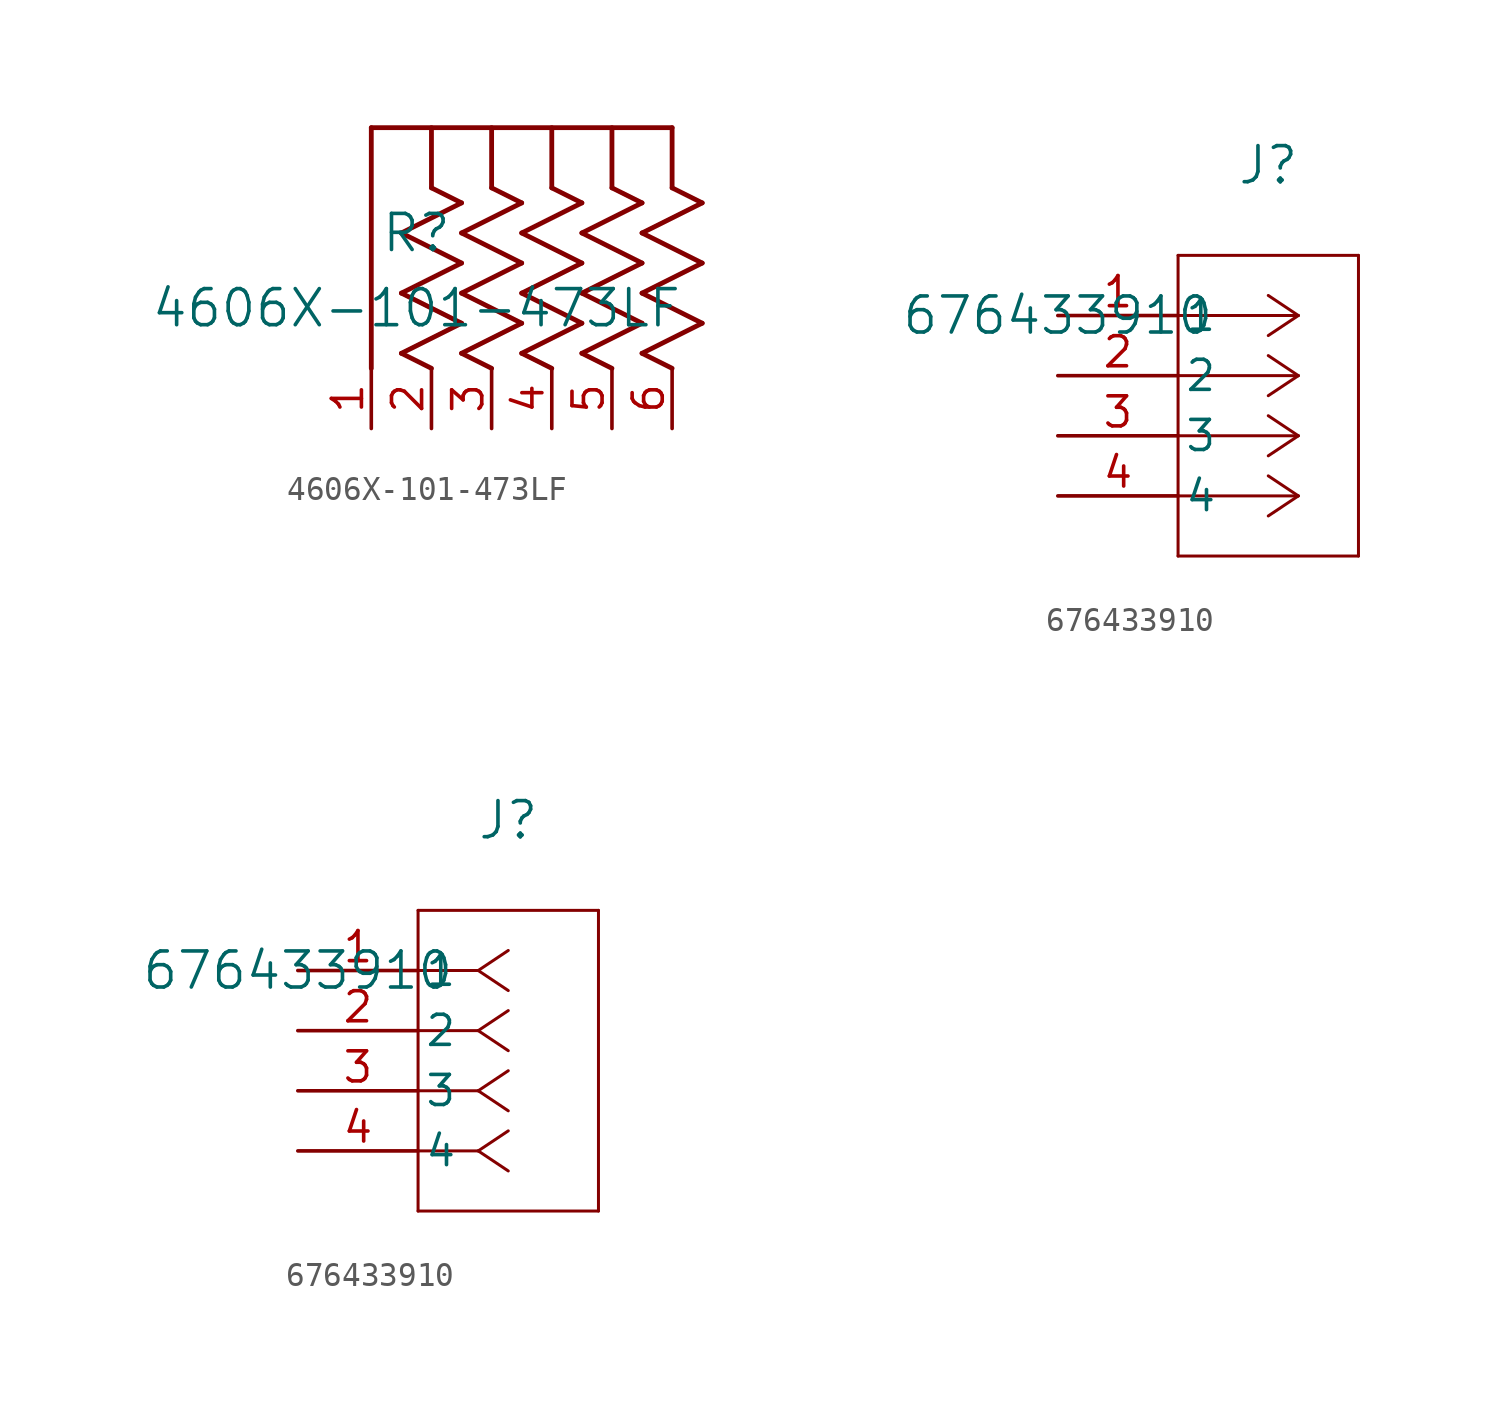
<source format=kicad_sym>
(kicad_symbol_lib
  (version 20231120)
  (generator "kicad_symbol_editor")
  (generator_version "8.0")
  (symbol "4606X-101-473LF"
    (pin_names
      (offset 0.254))
    (property "Reference" "R"
      (at 1.905 8.255 0)
      (effects (font (size 1.524 1.524))))
    (property "Value" "4606X-101-473LF"
      (at 1.905 5.08 0)
      (effects (font (size 1.524 1.524))))
    (property "ki_locked" ""
      (at 0 0 0)
      (effects (font (size 1.27 1.27))))
    (symbol "4606X-101-473LF_0_1"
      (polyline (pts (xy 0 2.54) (xy 0 12.7)) (stroke (width 0.203) (type default)) (fill (type none)))
      (polyline (pts (xy 0 12.7) (xy 12.7 12.7)) (stroke (width 0.203) (type default)) (fill (type none)))
      (polyline (pts (xy 1.27 3.175) (xy 2.54 2.54)) (stroke (width 0.203) (type default)) (fill (type none)))
      (polyline (pts (xy 1.27 5.715) (xy 3.81 4.445)) (stroke (width 0.203) (type default)) (fill (type none)))
      (polyline (pts (xy 1.27 8.255) (xy 3.81 6.985)) (stroke (width 0.203) (type default)) (fill (type none)))
      (polyline (pts (xy 2.54 10.16) (xy 3.81 9.525)) (stroke (width 0.203) (type default)) (fill (type none)))
      (polyline (pts (xy 2.54 12.7) (xy 2.54 10.16)) (stroke (width 0.203) (type default)) (fill (type none)))
      (polyline (pts (xy 3.81 3.175) (xy 5.08 2.54)) (stroke (width 0.203) (type default)) (fill (type none)))
      (polyline (pts (xy 3.81 4.445) (xy 1.27 3.175)) (stroke (width 0.203) (type default)) (fill (type none)))
      (polyline (pts (xy 3.81 5.715) (xy 6.35 4.445)) (stroke (width 0.203) (type default)) (fill (type none)))
      (polyline (pts (xy 3.81 6.985) (xy 1.27 5.715)) (stroke (width 0.203) (type default)) (fill (type none)))
      (polyline (pts (xy 3.81 8.255) (xy 6.35 6.985)) (stroke (width 0.203) (type default)) (fill (type none)))
      (polyline (pts (xy 3.81 9.525) (xy 1.27 8.255)) (stroke (width 0.203) (type default)) (fill (type none)))
      (polyline (pts (xy 5.08 10.16) (xy 6.35 9.525)) (stroke (width 0.203) (type default)) (fill (type none)))
      (polyline (pts (xy 5.08 12.7) (xy 5.08 10.16)) (stroke (width 0.203) (type default)) (fill (type none)))
      (polyline (pts (xy 6.35 3.175) (xy 7.62 2.54)) (stroke (width 0.203) (type default)) (fill (type none)))
      (polyline (pts (xy 6.35 4.445) (xy 3.81 3.175)) (stroke (width 0.203) (type default)) (fill (type none)))
      (polyline (pts (xy 6.35 5.715) (xy 8.89 4.445)) (stroke (width 0.203) (type default)) (fill (type none)))
      (polyline (pts (xy 6.35 6.985) (xy 3.81 5.715)) (stroke (width 0.203) (type default)) (fill (type none)))
      (polyline (pts (xy 6.35 8.255) (xy 8.89 6.985)) (stroke (width 0.203) (type default)) (fill (type none)))
      (polyline (pts (xy 6.35 9.525) (xy 3.81 8.255)) (stroke (width 0.203) (type default)) (fill (type none)))
      (polyline (pts (xy 7.62 10.16) (xy 8.89 9.525)) (stroke (width 0.203) (type default)) (fill (type none)))
      (polyline (pts (xy 7.62 12.7) (xy 7.62 10.16)) (stroke (width 0.203) (type default)) (fill (type none)))
      (polyline (pts (xy 8.89 3.175) (xy 10.16 2.54)) (stroke (width 0.203) (type default)) (fill (type none)))
      (polyline (pts (xy 8.89 4.445) (xy 6.35 3.175)) (stroke (width 0.203) (type default)) (fill (type none)))
      (polyline (pts (xy 8.89 5.715) (xy 11.43 4.445)) (stroke (width 0.203) (type default)) (fill (type none)))
      (polyline (pts (xy 8.89 6.985) (xy 6.35 5.715)) (stroke (width 0.203) (type default)) (fill (type none)))
      (polyline (pts (xy 8.89 8.255) (xy 11.43 6.985)) (stroke (width 0.203) (type default)) (fill (type none)))
      (polyline (pts (xy 8.89 9.525) (xy 6.35 8.255)) (stroke (width 0.203) (type default)) (fill (type none)))
      (polyline (pts (xy 10.16 10.16) (xy 11.43 9.525)) (stroke (width 0.203) (type default)) (fill (type none)))
      (polyline (pts (xy 10.16 12.7) (xy 10.16 10.16)) (stroke (width 0.203) (type default)) (fill (type none)))
      (polyline (pts (xy 11.43 3.175) (xy 12.7 2.54)) (stroke (width 0.203) (type default)) (fill (type none)))
      (polyline (pts (xy 11.43 4.445) (xy 8.89 3.175)) (stroke (width 0.203) (type default)) (fill (type none)))
      (polyline (pts (xy 11.43 5.715) (xy 13.97 4.445)) (stroke (width 0.203) (type default)) (fill (type none)))
      (polyline (pts (xy 11.43 6.985) (xy 8.89 5.715)) (stroke (width 0.203) (type default)) (fill (type none)))
      (polyline (pts (xy 11.43 8.255) (xy 13.97 6.985)) (stroke (width 0.203) (type default)) (fill (type none)))
      (polyline (pts (xy 11.43 9.525) (xy 8.89 8.255)) (stroke (width 0.203) (type default)) (fill (type none)))
      (polyline (pts (xy 12.7 10.16) (xy 13.97 9.525)) (stroke (width 0.203) (type default)) (fill (type none)))
      (polyline (pts (xy 12.7 12.7) (xy 12.7 10.16)) (stroke (width 0.203) (type default)) (fill (type none)))
      (polyline (pts (xy 13.97 4.445) (xy 11.43 3.175)) (stroke (width 0.203) (type default)) (fill (type none)))
      (polyline (pts (xy 13.97 6.985) (xy 11.43 5.715)) (stroke (width 0.203) (type default)) (fill (type none)))
      (polyline (pts (xy 13.97 9.525) (xy 11.43 8.255)) (stroke (width 0.203) (type default)) (fill (type none)))
      (pin unspecified line (at 0 0 90) (length 2.54) (name "" (effects (font (size 1.27 1.27)))) (number "1" (effects (font (size 1.27 1.27)))))
      (pin unspecified line (at 2.54 0 90) (length 2.54) (name "" (effects (font (size 1.27 1.27)))) (number "2" (effects (font (size 1.27 1.27)))))
      (pin unspecified line (at 5.08 0 90) (length 2.54) (name "" (effects (font (size 1.27 1.27)))) (number "3" (effects (font (size 1.27 1.27)))))
      (pin unspecified line (at 7.62 0 90) (length 2.54) (name "" (effects (font (size 1.27 1.27)))) (number "4" (effects (font (size 1.27 1.27)))))
      (pin unspecified line (at 10.16 0 90) (length 2.54) (name "" (effects (font (size 1.27 1.27)))) (number "5" (effects (font (size 1.27 1.27)))))
      (pin unspecified line (at 12.7 0 90) (length 2.54) (name "" (effects (font (size 1.27 1.27)))) (number "6" (effects (font (size 1.27 1.27)))))))
  (symbol "676433910"
    (pin_names
      (offset 0.254))
    (property "Reference" "J"
      (at 8.89 6.35 0)
      (effects (font (size 1.524 1.524))))
    (property "Value" "676433910"
      (at 0 0 0)
      (effects (font (size 1.524 1.524))))
    (property "ki_locked" ""
      (at 0 0 0)
      (effects (font (size 1.27 1.27))))
    (symbol "676433910_1_1"
      (polyline (pts (xy 5.08 -10.16) (xy 12.7 -10.16)) (stroke (width 0.127) (type default)) (fill (type none)))
      (polyline (pts (xy 5.08 2.54) (xy 5.08 -10.16)) (stroke (width 0.127) (type default)) (fill (type none)))
      (polyline (pts (xy 10.16 -7.62) (xy 5.08 -7.62)) (stroke (width 0.127) (type default)) (fill (type none)))
      (polyline (pts (xy 10.16 -7.62) (xy 8.89 -8.467)) (stroke (width 0.127) (type default)) (fill (type none)))
      (polyline (pts (xy 10.16 -7.62) (xy 8.89 -6.773)) (stroke (width 0.127) (type default)) (fill (type none)))
      (polyline (pts (xy 10.16 -5.08) (xy 5.08 -5.08)) (stroke (width 0.127) (type default)) (fill (type none)))
      (polyline (pts (xy 10.16 -5.08) (xy 8.89 -5.927)) (stroke (width 0.127) (type default)) (fill (type none)))
      (polyline (pts (xy 10.16 -5.08) (xy 8.89 -4.233)) (stroke (width 0.127) (type default)) (fill (type none)))
      (polyline (pts (xy 10.16 -2.54) (xy 5.08 -2.54)) (stroke (width 0.127) (type default)) (fill (type none)))
      (polyline (pts (xy 10.16 -2.54) (xy 8.89 -3.387)) (stroke (width 0.127) (type default)) (fill (type none)))
      (polyline (pts (xy 10.16 -2.54) (xy 8.89 -1.693)) (stroke (width 0.127) (type default)) (fill (type none)))
      (polyline (pts (xy 10.16 0) (xy 5.08 0)) (stroke (width 0.127) (type default)) (fill (type none)))
      (polyline (pts (xy 10.16 0) (xy 8.89 -0.847)) (stroke (width 0.127) (type default)) (fill (type none)))
      (polyline (pts (xy 10.16 0) (xy 8.89 0.847)) (stroke (width 0.127) (type default)) (fill (type none)))
      (polyline (pts (xy 12.7 -10.16) (xy 12.7 2.54)) (stroke (width 0.127) (type default)) (fill (type none)))
      (polyline (pts (xy 12.7 2.54) (xy 5.08 2.54)) (stroke (width 0.127) (type default)) (fill (type none)))
      (pin unspecified line (at 0 0 0) (length 5.08) (name "1" (effects (font (size 1.27 1.27)))) (number "1" (effects (font (size 1.27 1.27)))))
      (pin unspecified line (at 0 -2.54 0) (length 5.08) (name "2" (effects (font (size 1.27 1.27)))) (number "2" (effects (font (size 1.27 1.27)))))
      (pin unspecified line (at 0 -5.08 0) (length 5.08) (name "3" (effects (font (size 1.27 1.27)))) (number "3" (effects (font (size 1.27 1.27)))))
      (pin unspecified line (at 0 -7.62 0) (length 5.08) (name "4" (effects (font (size 1.27 1.27)))) (number "4" (effects (font (size 1.27 1.27))))))
    (symbol "676433910_1_2"
      (polyline (pts (xy 5.08 -10.16) (xy 12.7 -10.16)) (stroke (width 0.127) (type default)) (fill (type none)))
      (polyline (pts (xy 5.08 2.54) (xy 5.08 -10.16)) (stroke (width 0.127) (type default)) (fill (type none)))
      (polyline (pts (xy 7.62 -7.62) (xy 5.08 -7.62)) (stroke (width 0.127) (type default)) (fill (type none)))
      (polyline (pts (xy 7.62 -7.62) (xy 8.89 -8.467)) (stroke (width 0.127) (type default)) (fill (type none)))
      (polyline (pts (xy 7.62 -7.62) (xy 8.89 -6.773)) (stroke (width 0.127) (type default)) (fill (type none)))
      (polyline (pts (xy 7.62 -5.08) (xy 5.08 -5.08)) (stroke (width 0.127) (type default)) (fill (type none)))
      (polyline (pts (xy 7.62 -5.08) (xy 8.89 -5.927)) (stroke (width 0.127) (type default)) (fill (type none)))
      (polyline (pts (xy 7.62 -5.08) (xy 8.89 -4.233)) (stroke (width 0.127) (type default)) (fill (type none)))
      (polyline (pts (xy 7.62 -2.54) (xy 5.08 -2.54)) (stroke (width 0.127) (type default)) (fill (type none)))
      (polyline (pts (xy 7.62 -2.54) (xy 8.89 -3.387)) (stroke (width 0.127) (type default)) (fill (type none)))
      (polyline (pts (xy 7.62 -2.54) (xy 8.89 -1.693)) (stroke (width 0.127) (type default)) (fill (type none)))
      (polyline (pts (xy 7.62 0) (xy 5.08 0)) (stroke (width 0.127) (type default)) (fill (type none)))
      (polyline (pts (xy 7.62 0) (xy 8.89 -0.847)) (stroke (width 0.127) (type default)) (fill (type none)))
      (polyline (pts (xy 7.62 0) (xy 8.89 0.847)) (stroke (width 0.127) (type default)) (fill (type none)))
      (polyline (pts (xy 12.7 -10.16) (xy 12.7 2.54)) (stroke (width 0.127) (type default)) (fill (type none)))
      (polyline (pts (xy 12.7 2.54) (xy 5.08 2.54)) (stroke (width 0.127) (type default)) (fill (type none)))
      (pin unspecified line (at 0 0 0) (length 5.08) (name "1" (effects (font (size 1.27 1.27)))) (number "1" (effects (font (size 1.27 1.27)))))
      (pin unspecified line (at 0 -2.54 0) (length 5.08) (name "2" (effects (font (size 1.27 1.27)))) (number "2" (effects (font (size 1.27 1.27)))))
      (pin unspecified line (at 0 -5.08 0) (length 5.08) (name "3" (effects (font (size 1.27 1.27)))) (number "3" (effects (font (size 1.27 1.27)))))
      (pin unspecified line (at 0 -7.62 0) (length 5.08) (name "4" (effects (font (size 1.27 1.27)))) (number "4" (effects (font (size 1.27 1.27))))))))
</source>
